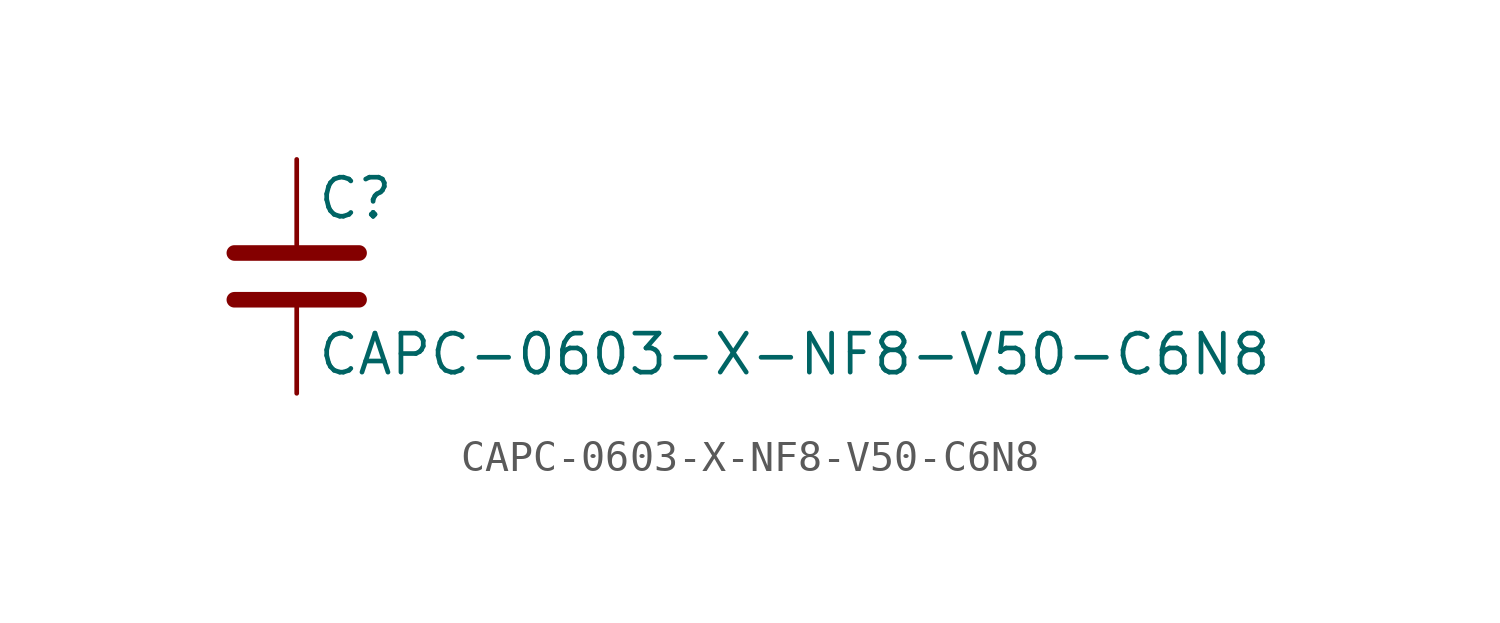
<source format=kicad_sym>
(kicad_symbol_lib
  (version 20211014)
  (generator kicad_symbol_editor)
  (symbol "CAPC-0603-X-NF8-V50-C6N8"
    (pin_numbers hide)
    (pin_names
      (offset 0.254))
    (property "Reference" "C"
      (at 0.635 2.54 0)
      (effects (font (size 1.27 1.27)) (justify left)))
    (property "Value" "CAPC-0603-X-NF8-V50-C6N8"
      (at 0.635 -2.54 0)
      (effects (font (size 1.27 1.27)) (justify left)))
    (symbol "CAPC-0603-X-NF8-V50-C6N8_0_1"
      (polyline (pts (xy -2.032 -0.762) (xy 2.032 -0.762)) (stroke (width 0.508) (type default) (color 0 0 0 0)) (fill (type none)))
      (polyline (pts (xy -2.032 0.762) (xy 2.032 0.762)) (stroke (width 0.508) (type default) (color 0 0 0 0)) (fill (type none))))
    (symbol "CAPC-0603-X-NF8-V50-C6N8_1_1"
      (pin passive line (at 0 3.81 270) (length 2.794) (name "~" (effects (font (size 1.27 1.27)))) (number "1" (effects (font (size 1.27 1.27)))))
      (pin passive line (at 0 -3.81 90) (length 2.794) (name "~" (effects (font (size 1.27 1.27)))) (number "2" (effects (font (size 1.27 1.27))))))))
</source>
